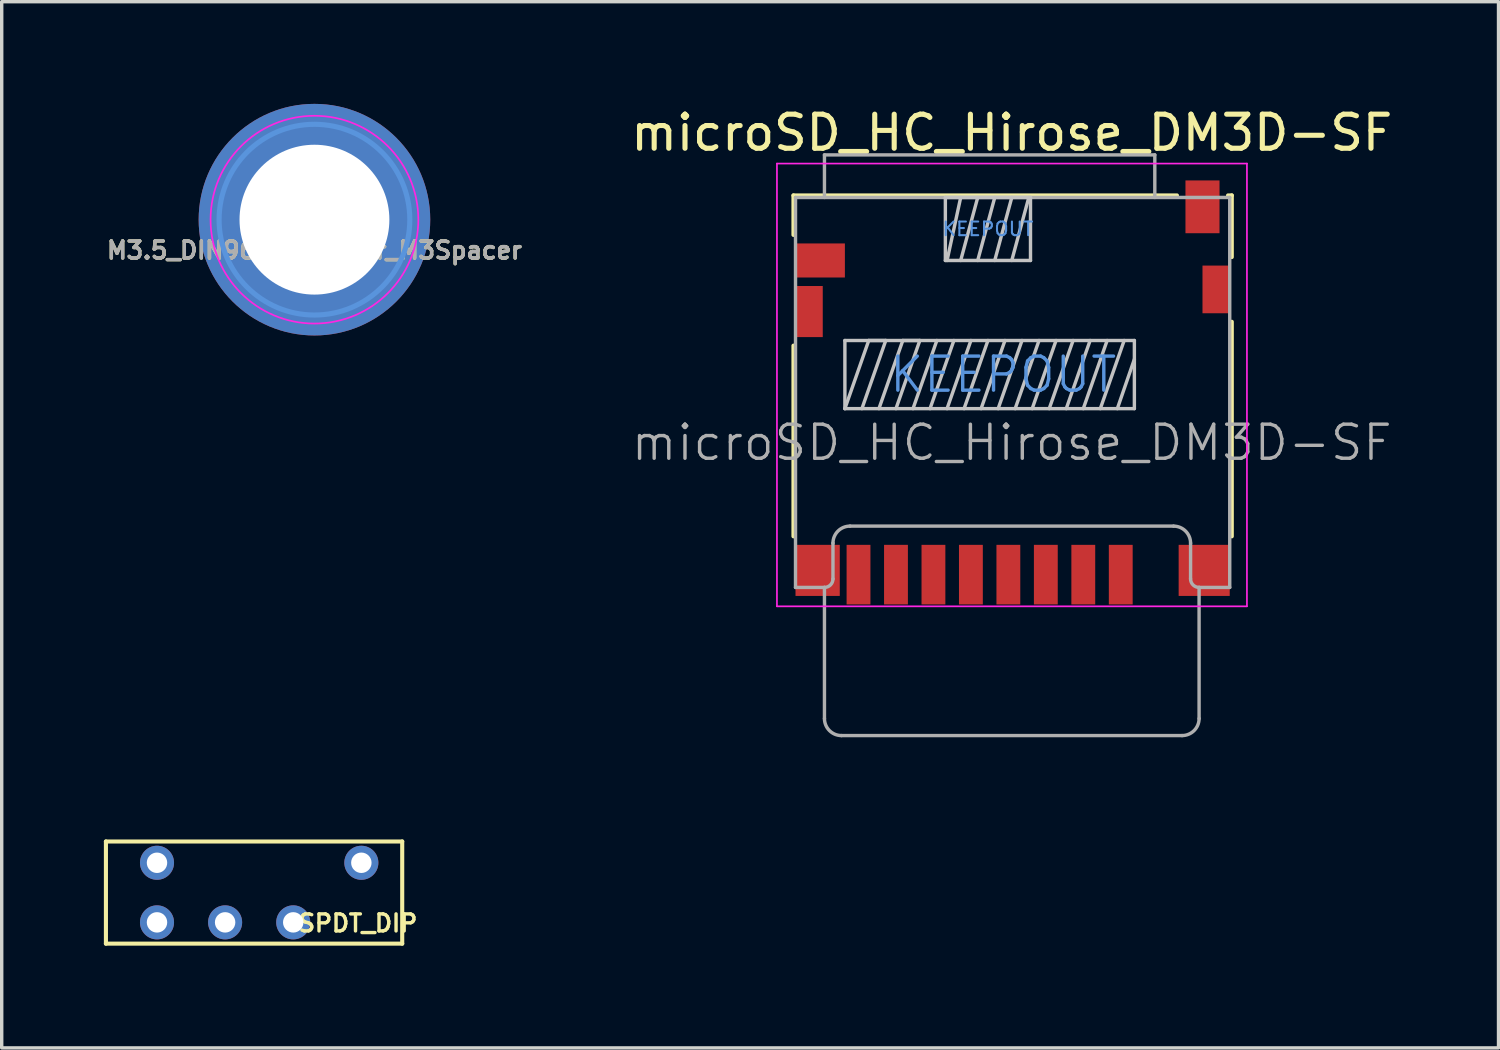
<source format=kicad_pcb>
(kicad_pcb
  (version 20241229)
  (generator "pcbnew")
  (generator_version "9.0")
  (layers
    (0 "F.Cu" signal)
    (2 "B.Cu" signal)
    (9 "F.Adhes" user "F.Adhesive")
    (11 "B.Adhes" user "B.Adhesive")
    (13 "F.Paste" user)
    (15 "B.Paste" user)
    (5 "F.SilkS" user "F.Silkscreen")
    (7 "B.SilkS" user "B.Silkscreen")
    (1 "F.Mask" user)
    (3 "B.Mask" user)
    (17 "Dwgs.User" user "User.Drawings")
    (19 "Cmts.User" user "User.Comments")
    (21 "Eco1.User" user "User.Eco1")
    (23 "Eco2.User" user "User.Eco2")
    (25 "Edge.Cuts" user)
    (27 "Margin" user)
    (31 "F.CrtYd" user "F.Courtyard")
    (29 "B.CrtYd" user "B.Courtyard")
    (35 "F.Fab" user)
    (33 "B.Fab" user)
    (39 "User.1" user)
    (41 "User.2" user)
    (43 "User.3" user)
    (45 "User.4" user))
  (footprint "M3.5_DIN965_Pad_For_M3Spacer"
    (layer "F.Cu")
    (at 6.183 3.4)
    (property "Reference" "M3.5_DIN965_Pad_For_M3Spacer" (at 0 0.9 0) (layer "F.SilkS") (effects (font (size 0.5 0.5) (thickness 0.1))))
    (attr smd)
    (fp_circle (center 0 0) (end 2.8 0) (stroke (width 0.15) (type solid)) (fill no) (layer "Cmts.User"))
    (fp_circle (center 0 0) (end 3.05 0) (stroke (width 0.05) (type solid)) (fill no) (layer "F.CrtYd"))
    (fp_text user "${REFERENCE}" (at 0 0.9 0) (layer "F.Fab") (effects (font (size 0.5 0.5) (thickness 0.1))))
    (pad "1" thru_hole circle (at 0 0) (size 6.8 6.8) (drill 4.4) (layers "*.Cu" "*.Mask")))
  (footprint "microSD_HC_Hirose_DM3D-SF"
    (layer "F.Cu")
    (at 26.683 8.473)
    (property "Reference" "microSD_HC_Hirose_DM3D-SF" (at -0.025 -7.625 0) (layer "F.SilkS") (effects (font (size 1 1) (thickness 0.15))))
    (attr smd)
    (fp_line (start -6.435 -5.785) (end 4.825 -5.785) (stroke (width 0.12) (type solid)) (layer "F.SilkS"))
    (fp_line (start -6.435 -4.625) (end -6.435 -5.785) (stroke (width 0.12) (type solid)) (layer "F.SilkS"))
    (fp_line (start -6.435 -1.375) (end -6.435 4.225) (stroke (width 0.12) (type solid)) (layer "F.SilkS"))
    (fp_line (start 6.325 -5.785) (end 6.435 -5.785) (stroke (width 0.12) (type solid)) (layer "F.SilkS"))
    (fp_line (start 6.435 -5.785) (end 6.435 -3.975) (stroke (width 0.12) (type solid)) (layer "F.SilkS"))
    (fp_line (start 6.435 -2.075) (end 6.435 4.225) (stroke (width 0.12) (type solid)) (layer "F.SilkS"))
    (fp_line (start -4.925 -1.525) (end -4.925 0.475) (stroke (width 0.1) (type solid)) (layer "Dwgs.User"))
    (fp_line (start -4.925 -1.525) (end 3.575 -1.525) (stroke (width 0.1) (type solid)) (layer "Dwgs.User"))
    (fp_line (start -4.925 0.475) (end -4.225 -1.525) (stroke (width 0.1) (type solid)) (layer "Dwgs.User"))
    (fp_line (start -4.925 0.475) (end 3.575 0.475) (stroke (width 0.1) (type solid)) (layer "Dwgs.User"))
    (fp_line (start -4.425 0.475) (end -3.725 -1.525) (stroke (width 0.1) (type solid)) (layer "Dwgs.User"))
    (fp_line (start -4.225 -1.525) (end -3.725 -1.525) (stroke (width 0.1) (type solid)) (layer "Dwgs.User"))
    (fp_line (start -3.925 0.475) (end -3.225 -1.525) (stroke (width 0.1) (type solid)) (layer "Dwgs.User"))
    (fp_line (start -3.425 0.475) (end -2.725 -1.525) (stroke (width 0.1) (type solid)) (layer "Dwgs.User"))
    (fp_line (start -3.225 -1.525) (end -2.725 -1.525) (stroke (width 0.1) (type solid)) (layer "Dwgs.User"))
    (fp_line (start -2.925 0.475) (end -2.225 -1.525) (stroke (width 0.1) (type solid)) (layer "Dwgs.User"))
    (fp_line (start -2.425 0.475) (end -1.725 -1.525) (stroke (width 0.1) (type solid)) (layer "Dwgs.User"))
    (fp_line (start -1.975 -5.725) (end -1.975 -3.875) (stroke (width 0.1) (type solid)) (layer "Dwgs.User"))
    (fp_line (start -1.925 -3.875) (end -1.525 -5.725) (stroke (width 0.1) (type solid)) (layer "Dwgs.User"))
    (fp_line (start -1.925 0.475) (end -1.225 -1.525) (stroke (width 0.1) (type solid)) (layer "Dwgs.User"))
    (fp_line (start -1.425 0.475) (end -0.725 -1.525) (stroke (width 0.1) (type solid)) (layer "Dwgs.User"))
    (fp_line (start -1.025 -5.725) (end -1.525 -3.875) (stroke (width 0.1) (type solid)) (layer "Dwgs.User"))
    (fp_line (start -1.025 -3.875) (end -0.525 -5.725) (stroke (width 0.1) (type solid)) (layer "Dwgs.User"))
    (fp_line (start -0.925 0.475) (end -0.225 -1.525) (stroke (width 0.1) (type solid)) (layer "Dwgs.User"))
    (fp_line (start -0.425 0.475) (end 0.275 -1.525) (stroke (width 0.1) (type solid)) (layer "Dwgs.User"))
    (fp_line (start -0.025 -5.725) (end -0.525 -3.875) (stroke (width 0.1) (type solid)) (layer "Dwgs.User"))
    (fp_line (start -0.025 -3.875) (end 0.475 -5.725) (stroke (width 0.1) (type solid)) (layer "Dwgs.User"))
    (fp_line (start 0.075 0.475) (end 0.775 -1.525) (stroke (width 0.1) (type solid)) (layer "Dwgs.User"))
    (fp_line (start 0.525 -5.725) (end -1.975 -5.725) (stroke (width 0.1) (type solid)) (layer "Dwgs.User"))
    (fp_line (start 0.525 -3.875) (end -1.975 -3.875) (stroke (width 0.1) (type solid)) (layer "Dwgs.User"))
    (fp_line (start 0.525 -3.875) (end 0.525 -5.725) (stroke (width 0.1) (type solid)) (layer "Dwgs.User"))
    (fp_line (start 0.575 0.475) (end 1.275 -1.525) (stroke (width 0.1) (type solid)) (layer "Dwgs.User"))
    (fp_line (start 1.075 0.475) (end 1.775 -1.525) (stroke (width 0.1) (type solid)) (layer "Dwgs.User"))
    (fp_line (start 1.575 0.475) (end 2.275 -1.525) (stroke (width 0.1) (type solid)) (layer "Dwgs.User"))
    (fp_line (start 2.075 0.475) (end 2.775 -1.525) (stroke (width 0.1) (type solid)) (layer "Dwgs.User"))
    (fp_line (start 2.575 0.475) (end 3.275 -1.525) (stroke (width 0.1) (type solid)) (layer "Dwgs.User"))
    (fp_line (start 3.075 0.475) (end 3.575 -0.975) (stroke (width 0.1) (type solid)) (layer "Dwgs.User"))
    (fp_line (start 3.575 0.475) (end 3.575 -1.525) (stroke (width 0.1) (type solid)) (layer "Dwgs.User"))
    (fp_line (start -6.92 -6.72) (end 6.88 -6.72) (stroke (width 0.05) (type solid)) (layer "F.CrtYd"))
    (fp_line (start -6.92 6.28) (end -6.92 -6.72) (stroke (width 0.05) (type solid)) (layer "F.CrtYd"))
    (fp_line (start 6.88 -6.72) (end 6.88 6.28) (stroke (width 0.05) (type solid)) (layer "F.CrtYd"))
    (fp_line (start 6.88 6.28) (end -6.92 6.28) (stroke (width 0.05) (type solid)) (layer "F.CrtYd"))
    (fp_line (start -6.375 -5.725) (end 6.375 -5.725) (stroke (width 0.1) (type solid)) (layer "F.Fab"))
    (fp_line (start -6.375 5.725) (end -6.375 -5.725) (stroke (width 0.1) (type solid)) (layer "F.Fab"))
    (fp_line (start -6.375 5.725) (end -5.525 5.725) (stroke (width 0.1) (type solid)) (layer "F.Fab"))
    (fp_line (start -5.525 -6.975) (end 4.175 -6.975) (stroke (width 0.1) (type solid)) (layer "F.Fab"))
    (fp_line (start -5.525 -5.725) (end -5.525 -6.975) (stroke (width 0.1) (type solid)) (layer "F.Fab"))
    (fp_line (start -5.525 5.725) (end -5.525 9.575) (stroke (width 0.1) (type solid)) (layer "F.Fab"))
    (fp_line (start -5.275 5.475) (end -5.275 4.425) (stroke (width 0.1) (type solid)) (layer "F.Fab"))
    (fp_line (start -5.025 10.075) (end 4.975 10.075) (stroke (width 0.1) (type solid)) (layer "F.Fab"))
    (fp_line (start -4.775 3.925) (end 4.725 3.925) (stroke (width 0.1) (type solid)) (layer "F.Fab"))
    (fp_line (start 4.175 -5.725) (end 4.175 -6.975) (stroke (width 0.1) (type solid)) (layer "F.Fab"))
    (fp_line (start 5.225 5.475) (end 5.225 4.425) (stroke (width 0.1) (type solid)) (layer "F.Fab"))
    (fp_line (start 5.475 5.725) (end 6.375 5.725) (stroke (width 0.1) (type solid)) (layer "F.Fab"))
    (fp_line (start 5.475 9.575) (end 5.475 5.725) (stroke (width 0.1) (type solid)) (layer "F.Fab"))
    (fp_line (start 6.375 5.725) (end 6.375 -5.725) (stroke (width 0.1) (type solid)) (layer "F.Fab"))
    (fp_arc (start -5.275 4.425) (mid -5.128553 4.071447) (end -4.775 3.925) (stroke (width 0.1) (type solid)) (layer "F.Fab"))
    (fp_arc (start -5.275 5.475) (mid -5.348223 5.651777) (end -5.525 5.725) (stroke (width 0.1) (type solid)) (layer "F.Fab"))
    (fp_arc (start -5.025 10.075) (mid -5.378553 9.928553) (end -5.525 9.575) (stroke (width 0.1) (type solid)) (layer "F.Fab"))
    (fp_arc (start 4.725 3.925) (mid 5.078553 4.071447) (end 5.225 4.425) (stroke (width 0.1) (type solid)) (layer "F.Fab"))
    (fp_arc (start 5.475 5.725) (mid 5.298223 5.651777) (end 5.225 5.475) (stroke (width 0.1) (type solid)) (layer "F.Fab"))
    (fp_arc (start 5.475 9.575) (mid 5.328553 9.928553) (end 4.975 10.075) (stroke (width 0.1) (type solid)) (layer "F.Fab"))
    (fp_text user "KEEPOUT" (at -0.275 -0.525 0) (layer "Cmts.User") (effects (font (size 1 1) (thickness 0.1))))
    (fp_text user "KEEPOUT" (at -0.725 -4.8 0) (layer "Cmts.User") (effects (font (size 0.4 0.4) (thickness 0.06))))
    (fp_text user "${REFERENCE}" (at -0.025 1.475 0) (layer "F.Fab") (effects (font (size 1 1) (thickness 0.1))))
    (pad "1" smd rect (at 3.175 5.35) (size 0.7 1.75) (layers "F.Cu" "F.Mask" "F.Paste"))
    (pad "2" smd rect (at 2.075 5.35) (size 0.7 1.75) (layers "F.Cu" "F.Mask" "F.Paste"))
    (pad "3" smd rect (at 0.975 5.35) (size 0.7 1.75) (layers "F.Cu" "F.Mask" "F.Paste"))
    (pad "4" smd rect (at -0.125 5.35) (size 0.7 1.75) (layers "F.Cu" "F.Mask" "F.Paste"))
    (pad "5" smd rect (at -1.225 5.35) (size 0.7 1.75) (layers "F.Cu" "F.Mask" "F.Paste"))
    (pad "6" smd rect (at -2.325 5.35) (size 0.7 1.75) (layers "F.Cu" "F.Mask" "F.Paste"))
    (pad "7" smd rect (at -3.425 5.35) (size 0.7 1.75) (layers "F.Cu" "F.Mask" "F.Paste"))
    (pad "8" smd rect (at -4.525 5.35) (size 0.7 1.75) (layers "F.Cu" "F.Mask" "F.Paste"))
    (pad "9" smd rect (at -5.65 -3.875) (size 1.45 1) (layers "F.Cu" "F.Mask" "F.Paste"))
    (pad "10" smd rect (at 5.575 -5.45) (size 1 1.55) (layers "F.Cu" "F.Mask" "F.Paste"))
    (pad "11" smd rect (at -5.975 -2.375) (size 0.8 1.5) (layers "F.Cu" "F.Mask" "F.Paste"))
    (pad "11" smd rect (at -5.725 5.225) (size 1.3 1.5) (layers "F.Cu" "F.Mask" "F.Paste"))
    (pad "11" smd rect (at 5.625 5.225) (size 1.5 1.5) (layers "F.Cu" "F.Mask" "F.Paste"))
    (pad "11" smd rect (at 5.975 -3.025) (size 0.8 1.4) (layers "F.Cu" "F.Mask" "F.Paste")))
  (footprint "SPDT_DIP"
    (layer "F.Cu")
    (at 4.56 23.158)
    (property "Reference" "SPDT_DIP" (at 2.9 0.9 0) (layer "F.SilkS") (effects (font (size 0.5 0.5) (thickness 0.1))))
    (attr through_hole)
    (fp_line (start -4.5 -1.5) (end 4.2 -1.5) (stroke (width 0.12) (type solid)) (layer "F.SilkS"))
    (fp_line (start -4.5 1.5) (end -4.5 -1.5) (stroke (width 0.12) (type solid)) (layer "F.SilkS"))
    (fp_line (start 4.2 -1.5) (end 4.2 1.5) (stroke (width 0.12) (type solid)) (layer "F.SilkS"))
    (fp_line (start 4.2 1.5) (end -4.5 1.5) (stroke (width 0.12) (type solid)) (layer "F.SilkS"))
    (pad "1" thru_hole circle (at -3 -0.875) (size 1 1) (drill 0.6) (layers "*.Cu" "*.Mask"))
    (pad "1" thru_hole circle (at -3 0.875) (size 1 1) (drill 0.6) (layers "*.Cu" "*.Mask"))
    (pad "2" thru_hole circle (at 1 0.875) (size 1 1) (drill 0.6) (layers "*.Cu" "*.Mask"))
    (pad "2" thru_hole circle (at 3 -0.875) (size 1 1) (drill 0.6) (layers "*.Cu" "*.Mask"))
    (pad "3" thru_hole circle (at -1 0.875) (size 1 1) (drill 0.6) (layers "*.Cu" "*.Mask")))
  (gr_rect
    (start -3 -3)
    (end 40.95 27.718)
    (stroke (width 0.1) (type default))
    (fill no)
    (layer "Edge.Cuts")))
</source>
